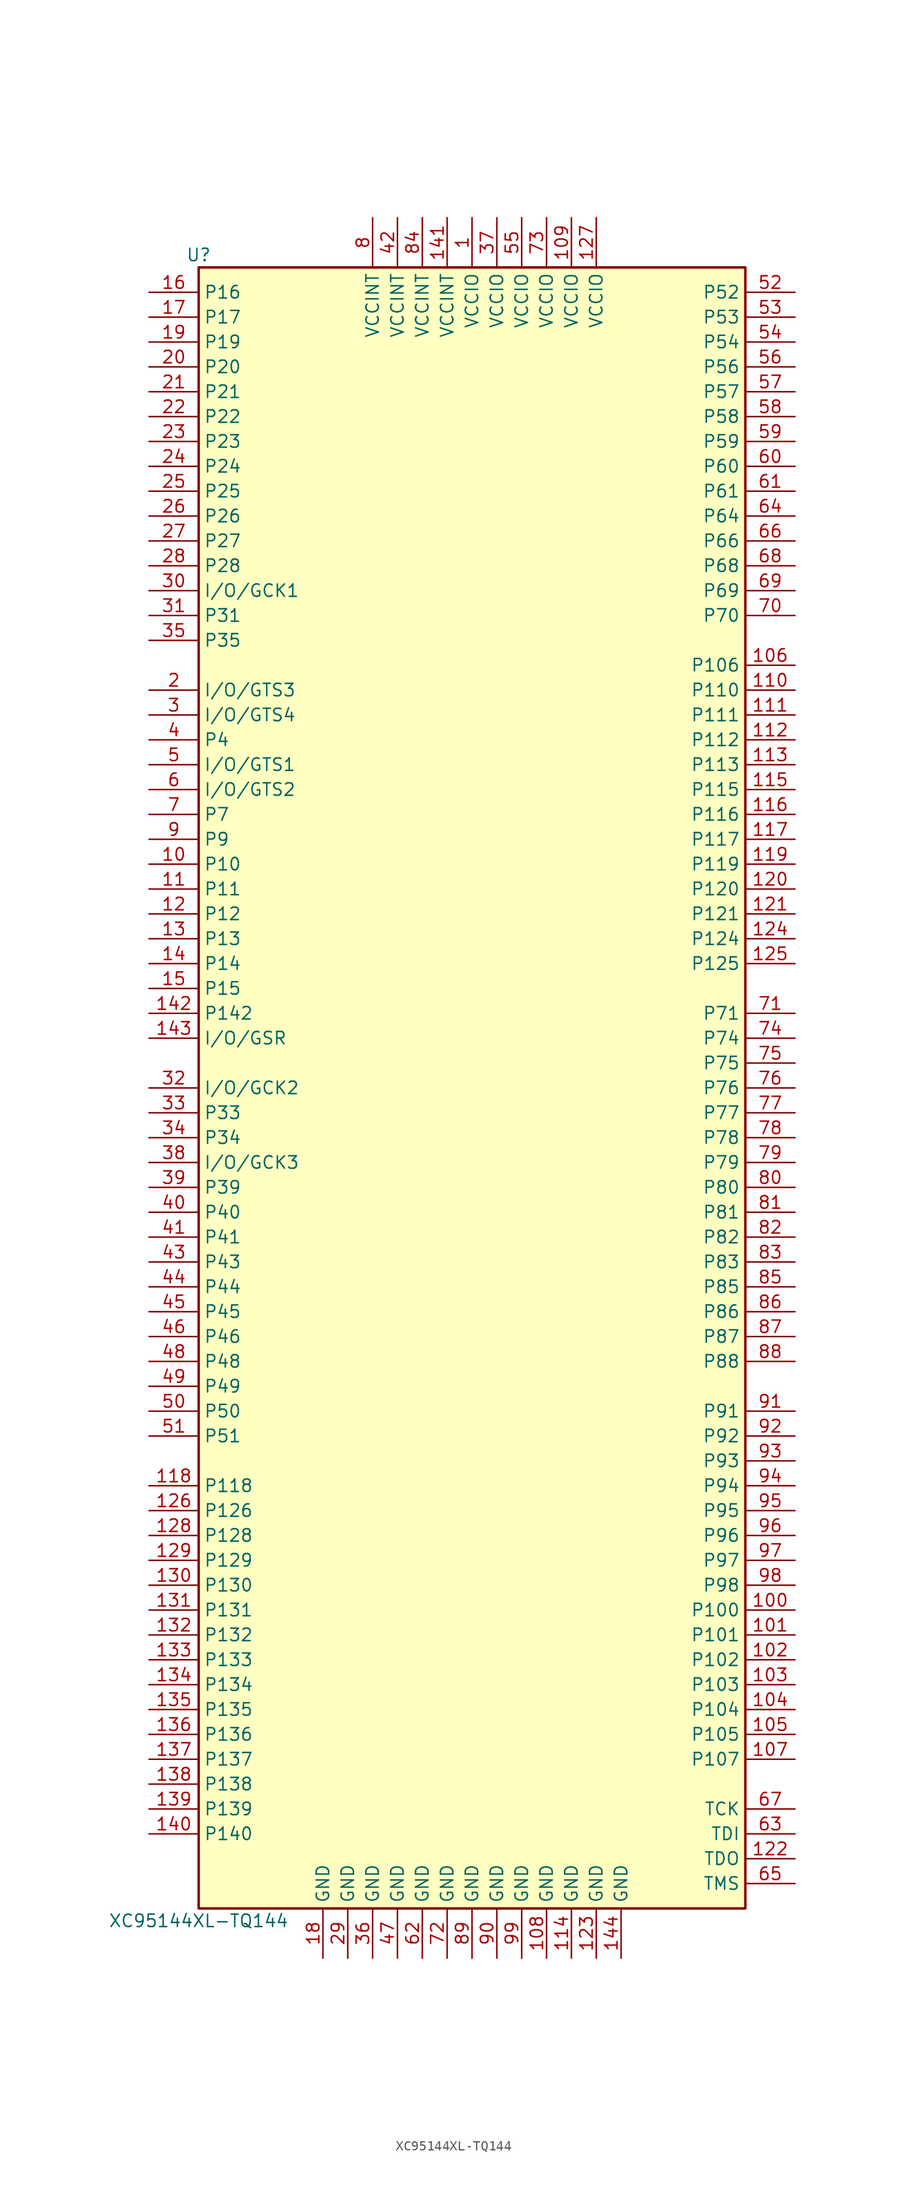
<source format=kicad_sym>
(kicad_symbol_lib
  (version 20201005)
  (generator kicad_symbol_editor)
  (symbol "XC95144XL-TQ144"
    (property "Reference" "U"
      (at -27.94 85.09 0)
      (effects (font (size 1.27 1.27))))
    (property "Value" "XC95144XL-TQ144"
      (at -27.94 -85.09 0)
      (effects (font (size 1.27 1.27))))
    (symbol "XC95144XL-TQ144_1_1"
      (rectangle (start -27.94 83.82) (end 27.94 -83.82) (stroke (width 0.254)) (fill (type background)))
      (pin power_in line (at 0 88.9 270) (length 5.08) (name "VCCIO" (effects (font (size 1.27 1.27)))) (number "1" (effects (font (size 1.27 1.27)))))
      (pin bidirectional line (at -33.02 22.86 0) (length 5.08) (name "P10" (effects (font (size 1.27 1.27)))) (number "10" (effects (font (size 1.27 1.27)))))
      (pin bidirectional line (at 33.02 -53.34 180) (length 5.08) (name "P100" (effects (font (size 1.27 1.27)))) (number "100" (effects (font (size 1.27 1.27)))))
      (pin bidirectional line (at 33.02 -55.88 180) (length 5.08) (name "P101" (effects (font (size 1.27 1.27)))) (number "101" (effects (font (size 1.27 1.27)))))
      (pin bidirectional line (at 33.02 -58.42 180) (length 5.08) (name "P102" (effects (font (size 1.27 1.27)))) (number "102" (effects (font (size 1.27 1.27)))))
      (pin bidirectional line (at 33.02 -60.96 180) (length 5.08) (name "P103" (effects (font (size 1.27 1.27)))) (number "103" (effects (font (size 1.27 1.27)))))
      (pin bidirectional line (at 33.02 -63.5 180) (length 5.08) (name "P104" (effects (font (size 1.27 1.27)))) (number "104" (effects (font (size 1.27 1.27)))))
      (pin bidirectional line (at 33.02 -66.04 180) (length 5.08) (name "P105" (effects (font (size 1.27 1.27)))) (number "105" (effects (font (size 1.27 1.27)))))
      (pin bidirectional line (at 33.02 43.18 180) (length 5.08) (name "P106" (effects (font (size 1.27 1.27)))) (number "106" (effects (font (size 1.27 1.27)))))
      (pin bidirectional line (at 33.02 -68.58 180) (length 5.08) (name "P107" (effects (font (size 1.27 1.27)))) (number "107" (effects (font (size 1.27 1.27)))))
      (pin power_in line (at 7.62 -88.9 90) (length 5.08) (name "GND" (effects (font (size 1.27 1.27)))) (number "108" (effects (font (size 1.27 1.27)))))
      (pin power_in line (at 10.16 88.9 270) (length 5.08) (name "VCCIO" (effects (font (size 1.27 1.27)))) (number "109" (effects (font (size 1.27 1.27)))))
      (pin bidirectional line (at -33.02 20.32 0) (length 5.08) (name "P11" (effects (font (size 1.27 1.27)))) (number "11" (effects (font (size 1.27 1.27)))))
      (pin bidirectional line (at 33.02 40.64 180) (length 5.08) (name "P110" (effects (font (size 1.27 1.27)))) (number "110" (effects (font (size 1.27 1.27)))))
      (pin bidirectional line (at 33.02 38.1 180) (length 5.08) (name "P111" (effects (font (size 1.27 1.27)))) (number "111" (effects (font (size 1.27 1.27)))))
      (pin bidirectional line (at 33.02 35.56 180) (length 5.08) (name "P112" (effects (font (size 1.27 1.27)))) (number "112" (effects (font (size 1.27 1.27)))))
      (pin bidirectional line (at 33.02 33.02 180) (length 5.08) (name "P113" (effects (font (size 1.27 1.27)))) (number "113" (effects (font (size 1.27 1.27)))))
      (pin power_in line (at 10.16 -88.9 90) (length 5.08) (name "GND" (effects (font (size 1.27 1.27)))) (number "114" (effects (font (size 1.27 1.27)))))
      (pin bidirectional line (at 33.02 30.48 180) (length 5.08) (name "P115" (effects (font (size 1.27 1.27)))) (number "115" (effects (font (size 1.27 1.27)))))
      (pin bidirectional line (at 33.02 27.94 180) (length 5.08) (name "P116" (effects (font (size 1.27 1.27)))) (number "116" (effects (font (size 1.27 1.27)))))
      (pin bidirectional line (at 33.02 25.4 180) (length 5.08) (name "P117" (effects (font (size 1.27 1.27)))) (number "117" (effects (font (size 1.27 1.27)))))
      (pin bidirectional line (at -33.02 -40.64 0) (length 5.08) (name "P118" (effects (font (size 1.27 1.27)))) (number "118" (effects (font (size 1.27 1.27)))))
      (pin bidirectional line (at 33.02 22.86 180) (length 5.08) (name "P119" (effects (font (size 1.27 1.27)))) (number "119" (effects (font (size 1.27 1.27)))))
      (pin bidirectional line (at -33.02 17.78 0) (length 5.08) (name "P12" (effects (font (size 1.27 1.27)))) (number "12" (effects (font (size 1.27 1.27)))))
      (pin bidirectional line (at 33.02 20.32 180) (length 5.08) (name "P120" (effects (font (size 1.27 1.27)))) (number "120" (effects (font (size 1.27 1.27)))))
      (pin bidirectional line (at 33.02 17.78 180) (length 5.08) (name "P121" (effects (font (size 1.27 1.27)))) (number "121" (effects (font (size 1.27 1.27)))))
      (pin bidirectional line (at 33.02 -78.74 180) (length 5.08) (name "TDO" (effects (font (size 1.27 1.27)))) (number "122" (effects (font (size 1.27 1.27)))))
      (pin power_in line (at 12.7 -88.9 90) (length 5.08) (name "GND" (effects (font (size 1.27 1.27)))) (number "123" (effects (font (size 1.27 1.27)))))
      (pin bidirectional line (at 33.02 15.24 180) (length 5.08) (name "P124" (effects (font (size 1.27 1.27)))) (number "124" (effects (font (size 1.27 1.27)))))
      (pin bidirectional line (at 33.02 12.7 180) (length 5.08) (name "P125" (effects (font (size 1.27 1.27)))) (number "125" (effects (font (size 1.27 1.27)))))
      (pin bidirectional line (at -33.02 -43.18 0) (length 5.08) (name "P126" (effects (font (size 1.27 1.27)))) (number "126" (effects (font (size 1.27 1.27)))))
      (pin power_in line (at 12.7 88.9 270) (length 5.08) (name "VCCIO" (effects (font (size 1.27 1.27)))) (number "127" (effects (font (size 1.27 1.27)))))
      (pin bidirectional line (at -33.02 -45.72 0) (length 5.08) (name "P128" (effects (font (size 1.27 1.27)))) (number "128" (effects (font (size 1.27 1.27)))))
      (pin bidirectional line (at -33.02 -48.26 0) (length 5.08) (name "P129" (effects (font (size 1.27 1.27)))) (number "129" (effects (font (size 1.27 1.27)))))
      (pin bidirectional line (at -33.02 15.24 0) (length 5.08) (name "P13" (effects (font (size 1.27 1.27)))) (number "13" (effects (font (size 1.27 1.27)))))
      (pin bidirectional line (at -33.02 -50.8 0) (length 5.08) (name "P130" (effects (font (size 1.27 1.27)))) (number "130" (effects (font (size 1.27 1.27)))))
      (pin bidirectional line (at -33.02 -53.34 0) (length 5.08) (name "P131" (effects (font (size 1.27 1.27)))) (number "131" (effects (font (size 1.27 1.27)))))
      (pin bidirectional line (at -33.02 -55.88 0) (length 5.08) (name "P132" (effects (font (size 1.27 1.27)))) (number "132" (effects (font (size 1.27 1.27)))))
      (pin bidirectional line (at -33.02 -58.42 0) (length 5.08) (name "P133" (effects (font (size 1.27 1.27)))) (number "133" (effects (font (size 1.27 1.27)))))
      (pin bidirectional line (at -33.02 -60.96 0) (length 5.08) (name "P134" (effects (font (size 1.27 1.27)))) (number "134" (effects (font (size 1.27 1.27)))))
      (pin bidirectional line (at -33.02 -63.5 0) (length 5.08) (name "P135" (effects (font (size 1.27 1.27)))) (number "135" (effects (font (size 1.27 1.27)))))
      (pin bidirectional line (at -33.02 -66.04 0) (length 5.08) (name "P136" (effects (font (size 1.27 1.27)))) (number "136" (effects (font (size 1.27 1.27)))))
      (pin bidirectional line (at -33.02 -68.58 0) (length 5.08) (name "P137" (effects (font (size 1.27 1.27)))) (number "137" (effects (font (size 1.27 1.27)))))
      (pin bidirectional line (at -33.02 -71.12 0) (length 5.08) (name "P138" (effects (font (size 1.27 1.27)))) (number "138" (effects (font (size 1.27 1.27)))))
      (pin bidirectional line (at -33.02 -73.66 0) (length 5.08) (name "P139" (effects (font (size 1.27 1.27)))) (number "139" (effects (font (size 1.27 1.27)))))
      (pin bidirectional line (at -33.02 12.7 0) (length 5.08) (name "P14" (effects (font (size 1.27 1.27)))) (number "14" (effects (font (size 1.27 1.27)))))
      (pin bidirectional line (at -33.02 -76.2 0) (length 5.08) (name "P140" (effects (font (size 1.27 1.27)))) (number "140" (effects (font (size 1.27 1.27)))))
      (pin power_in line (at -2.54 88.9 270) (length 5.08) (name "VCCINT" (effects (font (size 1.27 1.27)))) (number "141" (effects (font (size 1.27 1.27)))))
      (pin bidirectional line (at -33.02 7.62 0) (length 5.08) (name "P142" (effects (font (size 1.27 1.27)))) (number "142" (effects (font (size 1.27 1.27)))))
      (pin bidirectional line (at -33.02 5.08 0) (length 5.08) (name "I/O/GSR" (effects (font (size 1.27 1.27)))) (number "143" (effects (font (size 1.27 1.27)))))
      (pin power_in line (at 15.24 -88.9 90) (length 5.08) (name "GND" (effects (font (size 1.27 1.27)))) (number "144" (effects (font (size 1.27 1.27)))))
      (pin bidirectional line (at -33.02 10.16 0) (length 5.08) (name "P15" (effects (font (size 1.27 1.27)))) (number "15" (effects (font (size 1.27 1.27)))))
      (pin bidirectional line (at -33.02 81.28 0) (length 5.08) (name "P16" (effects (font (size 1.27 1.27)))) (number "16" (effects (font (size 1.27 1.27)))))
      (pin bidirectional line (at -33.02 78.74 0) (length 5.08) (name "P17" (effects (font (size 1.27 1.27)))) (number "17" (effects (font (size 1.27 1.27)))))
      (pin power_in line (at -15.24 -88.9 90) (length 5.08) (name "GND" (effects (font (size 1.27 1.27)))) (number "18" (effects (font (size 1.27 1.27)))))
      (pin bidirectional line (at -33.02 76.2 0) (length 5.08) (name "P19" (effects (font (size 1.27 1.27)))) (number "19" (effects (font (size 1.27 1.27)))))
      (pin bidirectional line (at -33.02 40.64 0) (length 5.08) (name "I/O/GTS3" (effects (font (size 1.27 1.27)))) (number "2" (effects (font (size 1.27 1.27)))))
      (pin bidirectional line (at -33.02 73.66 0) (length 5.08) (name "P20" (effects (font (size 1.27 1.27)))) (number "20" (effects (font (size 1.27 1.27)))))
      (pin bidirectional line (at -33.02 71.12 0) (length 5.08) (name "P21" (effects (font (size 1.27 1.27)))) (number "21" (effects (font (size 1.27 1.27)))))
      (pin bidirectional line (at -33.02 68.58 0) (length 5.08) (name "P22" (effects (font (size 1.27 1.27)))) (number "22" (effects (font (size 1.27 1.27)))))
      (pin bidirectional line (at -33.02 66.04 0) (length 5.08) (name "P23" (effects (font (size 1.27 1.27)))) (number "23" (effects (font (size 1.27 1.27)))))
      (pin bidirectional line (at -33.02 63.5 0) (length 5.08) (name "P24" (effects (font (size 1.27 1.27)))) (number "24" (effects (font (size 1.27 1.27)))))
      (pin bidirectional line (at -33.02 60.96 0) (length 5.08) (name "P25" (effects (font (size 1.27 1.27)))) (number "25" (effects (font (size 1.27 1.27)))))
      (pin bidirectional line (at -33.02 58.42 0) (length 5.08) (name "P26" (effects (font (size 1.27 1.27)))) (number "26" (effects (font (size 1.27 1.27)))))
      (pin bidirectional line (at -33.02 55.88 0) (length 5.08) (name "P27" (effects (font (size 1.27 1.27)))) (number "27" (effects (font (size 1.27 1.27)))))
      (pin bidirectional line (at -33.02 53.34 0) (length 5.08) (name "P28" (effects (font (size 1.27 1.27)))) (number "28" (effects (font (size 1.27 1.27)))))
      (pin power_in line (at -12.7 -88.9 90) (length 5.08) (name "GND" (effects (font (size 1.27 1.27)))) (number "29" (effects (font (size 1.27 1.27)))))
      (pin bidirectional line (at -33.02 38.1 0) (length 5.08) (name "I/O/GTS4" (effects (font (size 1.27 1.27)))) (number "3" (effects (font (size 1.27 1.27)))))
      (pin bidirectional line (at -33.02 50.8 0) (length 5.08) (name "I/O/GCK1" (effects (font (size 1.27 1.27)))) (number "30" (effects (font (size 1.27 1.27)))))
      (pin bidirectional line (at -33.02 48.26 0) (length 5.08) (name "P31" (effects (font (size 1.27 1.27)))) (number "31" (effects (font (size 1.27 1.27)))))
      (pin bidirectional line (at -33.02 0 0) (length 5.08) (name "I/O/GCK2" (effects (font (size 1.27 1.27)))) (number "32" (effects (font (size 1.27 1.27)))))
      (pin bidirectional line (at -33.02 -2.54 0) (length 5.08) (name "P33" (effects (font (size 1.27 1.27)))) (number "33" (effects (font (size 1.27 1.27)))))
      (pin bidirectional line (at -33.02 -5.08 0) (length 5.08) (name "P34" (effects (font (size 1.27 1.27)))) (number "34" (effects (font (size 1.27 1.27)))))
      (pin bidirectional line (at -33.02 45.72 0) (length 5.08) (name "P35" (effects (font (size 1.27 1.27)))) (number "35" (effects (font (size 1.27 1.27)))))
      (pin power_in line (at -10.16 -88.9 90) (length 5.08) (name "GND" (effects (font (size 1.27 1.27)))) (number "36" (effects (font (size 1.27 1.27)))))
      (pin power_in line (at 2.54 88.9 270) (length 5.08) (name "VCCIO" (effects (font (size 1.27 1.27)))) (number "37" (effects (font (size 1.27 1.27)))))
      (pin bidirectional line (at -33.02 -7.62 0) (length 5.08) (name "I/O/GCK3" (effects (font (size 1.27 1.27)))) (number "38" (effects (font (size 1.27 1.27)))))
      (pin bidirectional line (at -33.02 -10.16 0) (length 5.08) (name "P39" (effects (font (size 1.27 1.27)))) (number "39" (effects (font (size 1.27 1.27)))))
      (pin bidirectional line (at -33.02 35.56 0) (length 5.08) (name "P4" (effects (font (size 1.27 1.27)))) (number "4" (effects (font (size 1.27 1.27)))))
      (pin bidirectional line (at -33.02 -12.7 0) (length 5.08) (name "P40" (effects (font (size 1.27 1.27)))) (number "40" (effects (font (size 1.27 1.27)))))
      (pin bidirectional line (at -33.02 -15.24 0) (length 5.08) (name "P41" (effects (font (size 1.27 1.27)))) (number "41" (effects (font (size 1.27 1.27)))))
      (pin power_in line (at -7.62 88.9 270) (length 5.08) (name "VCCINT" (effects (font (size 1.27 1.27)))) (number "42" (effects (font (size 1.27 1.27)))))
      (pin bidirectional line (at -33.02 -17.78 0) (length 5.08) (name "P43" (effects (font (size 1.27 1.27)))) (number "43" (effects (font (size 1.27 1.27)))))
      (pin bidirectional line (at -33.02 -20.32 0) (length 5.08) (name "P44" (effects (font (size 1.27 1.27)))) (number "44" (effects (font (size 1.27 1.27)))))
      (pin bidirectional line (at -33.02 -22.86 0) (length 5.08) (name "P45" (effects (font (size 1.27 1.27)))) (number "45" (effects (font (size 1.27 1.27)))))
      (pin bidirectional line (at -33.02 -25.4 0) (length 5.08) (name "P46" (effects (font (size 1.27 1.27)))) (number "46" (effects (font (size 1.27 1.27)))))
      (pin power_in line (at -7.62 -88.9 90) (length 5.08) (name "GND" (effects (font (size 1.27 1.27)))) (number "47" (effects (font (size 1.27 1.27)))))
      (pin bidirectional line (at -33.02 -27.94 0) (length 5.08) (name "P48" (effects (font (size 1.27 1.27)))) (number "48" (effects (font (size 1.27 1.27)))))
      (pin bidirectional line (at -33.02 -30.48 0) (length 5.08) (name "P49" (effects (font (size 1.27 1.27)))) (number "49" (effects (font (size 1.27 1.27)))))
      (pin bidirectional line (at -33.02 33.02 0) (length 5.08) (name "I/O/GTS1" (effects (font (size 1.27 1.27)))) (number "5" (effects (font (size 1.27 1.27)))))
      (pin bidirectional line (at -33.02 -33.02 0) (length 5.08) (name "P50" (effects (font (size 1.27 1.27)))) (number "50" (effects (font (size 1.27 1.27)))))
      (pin bidirectional line (at -33.02 -35.56 0) (length 5.08) (name "P51" (effects (font (size 1.27 1.27)))) (number "51" (effects (font (size 1.27 1.27)))))
      (pin bidirectional line (at 33.02 81.28 180) (length 5.08) (name "P52" (effects (font (size 1.27 1.27)))) (number "52" (effects (font (size 1.27 1.27)))))
      (pin bidirectional line (at 33.02 78.74 180) (length 5.08) (name "P53" (effects (font (size 1.27 1.27)))) (number "53" (effects (font (size 1.27 1.27)))))
      (pin bidirectional line (at 33.02 76.2 180) (length 5.08) (name "P54" (effects (font (size 1.27 1.27)))) (number "54" (effects (font (size 1.27 1.27)))))
      (pin power_in line (at 5.08 88.9 270) (length 5.08) (name "VCCIO" (effects (font (size 1.27 1.27)))) (number "55" (effects (font (size 1.27 1.27)))))
      (pin bidirectional line (at 33.02 73.66 180) (length 5.08) (name "P56" (effects (font (size 1.27 1.27)))) (number "56" (effects (font (size 1.27 1.27)))))
      (pin bidirectional line (at 33.02 71.12 180) (length 5.08) (name "P57" (effects (font (size 1.27 1.27)))) (number "57" (effects (font (size 1.27 1.27)))))
      (pin bidirectional line (at 33.02 68.58 180) (length 5.08) (name "P58" (effects (font (size 1.27 1.27)))) (number "58" (effects (font (size 1.27 1.27)))))
      (pin bidirectional line (at 33.02 66.04 180) (length 5.08) (name "P59" (effects (font (size 1.27 1.27)))) (number "59" (effects (font (size 1.27 1.27)))))
      (pin bidirectional line (at -33.02 30.48 0) (length 5.08) (name "I/O/GTS2" (effects (font (size 1.27 1.27)))) (number "6" (effects (font (size 1.27 1.27)))))
      (pin bidirectional line (at 33.02 63.5 180) (length 5.08) (name "P60" (effects (font (size 1.27 1.27)))) (number "60" (effects (font (size 1.27 1.27)))))
      (pin bidirectional line (at 33.02 60.96 180) (length 5.08) (name "P61" (effects (font (size 1.27 1.27)))) (number "61" (effects (font (size 1.27 1.27)))))
      (pin power_in line (at -5.08 -88.9 90) (length 5.08) (name "GND" (effects (font (size 1.27 1.27)))) (number "62" (effects (font (size 1.27 1.27)))))
      (pin bidirectional line (at 33.02 -76.2 180) (length 5.08) (name "TDI" (effects (font (size 1.27 1.27)))) (number "63" (effects (font (size 1.27 1.27)))))
      (pin bidirectional line (at 33.02 58.42 180) (length 5.08) (name "P64" (effects (font (size 1.27 1.27)))) (number "64" (effects (font (size 1.27 1.27)))))
      (pin bidirectional line (at 33.02 -81.28 180) (length 5.08) (name "TMS" (effects (font (size 1.27 1.27)))) (number "65" (effects (font (size 1.27 1.27)))))
      (pin bidirectional line (at 33.02 55.88 180) (length 5.08) (name "P66" (effects (font (size 1.27 1.27)))) (number "66" (effects (font (size 1.27 1.27)))))
      (pin bidirectional line (at 33.02 -73.66 180) (length 5.08) (name "TCK" (effects (font (size 1.27 1.27)))) (number "67" (effects (font (size 1.27 1.27)))))
      (pin bidirectional line (at 33.02 53.34 180) (length 5.08) (name "P68" (effects (font (size 1.27 1.27)))) (number "68" (effects (font (size 1.27 1.27)))))
      (pin bidirectional line (at 33.02 50.8 180) (length 5.08) (name "P69" (effects (font (size 1.27 1.27)))) (number "69" (effects (font (size 1.27 1.27)))))
      (pin bidirectional line (at -33.02 27.94 0) (length 5.08) (name "P7" (effects (font (size 1.27 1.27)))) (number "7" (effects (font (size 1.27 1.27)))))
      (pin bidirectional line (at 33.02 48.26 180) (length 5.08) (name "P70" (effects (font (size 1.27 1.27)))) (number "70" (effects (font (size 1.27 1.27)))))
      (pin bidirectional line (at 33.02 7.62 180) (length 5.08) (name "P71" (effects (font (size 1.27 1.27)))) (number "71" (effects (font (size 1.27 1.27)))))
      (pin power_in line (at -2.54 -88.9 90) (length 5.08) (name "GND" (effects (font (size 1.27 1.27)))) (number "72" (effects (font (size 1.27 1.27)))))
      (pin power_in line (at 7.62 88.9 270) (length 5.08) (name "VCCIO" (effects (font (size 1.27 1.27)))) (number "73" (effects (font (size 1.27 1.27)))))
      (pin bidirectional line (at 33.02 5.08 180) (length 5.08) (name "P74" (effects (font (size 1.27 1.27)))) (number "74" (effects (font (size 1.27 1.27)))))
      (pin bidirectional line (at 33.02 2.54 180) (length 5.08) (name "P75" (effects (font (size 1.27 1.27)))) (number "75" (effects (font (size 1.27 1.27)))))
      (pin bidirectional line (at 33.02 0 180) (length 5.08) (name "P76" (effects (font (size 1.27 1.27)))) (number "76" (effects (font (size 1.27 1.27)))))
      (pin bidirectional line (at 33.02 -2.54 180) (length 5.08) (name "P77" (effects (font (size 1.27 1.27)))) (number "77" (effects (font (size 1.27 1.27)))))
      (pin bidirectional line (at 33.02 -5.08 180) (length 5.08) (name "P78" (effects (font (size 1.27 1.27)))) (number "78" (effects (font (size 1.27 1.27)))))
      (pin bidirectional line (at 33.02 -7.62 180) (length 5.08) (name "P79" (effects (font (size 1.27 1.27)))) (number "79" (effects (font (size 1.27 1.27)))))
      (pin power_in line (at -10.16 88.9 270) (length 5.08) (name "VCCINT" (effects (font (size 1.27 1.27)))) (number "8" (effects (font (size 1.27 1.27)))))
      (pin bidirectional line (at 33.02 -10.16 180) (length 5.08) (name "P80" (effects (font (size 1.27 1.27)))) (number "80" (effects (font (size 1.27 1.27)))))
      (pin bidirectional line (at 33.02 -12.7 180) (length 5.08) (name "P81" (effects (font (size 1.27 1.27)))) (number "81" (effects (font (size 1.27 1.27)))))
      (pin bidirectional line (at 33.02 -15.24 180) (length 5.08) (name "P82" (effects (font (size 1.27 1.27)))) (number "82" (effects (font (size 1.27 1.27)))))
      (pin bidirectional line (at 33.02 -17.78 180) (length 5.08) (name "P83" (effects (font (size 1.27 1.27)))) (number "83" (effects (font (size 1.27 1.27)))))
      (pin power_in line (at -5.08 88.9 270) (length 5.08) (name "VCCINT" (effects (font (size 1.27 1.27)))) (number "84" (effects (font (size 1.27 1.27)))))
      (pin bidirectional line (at 33.02 -20.32 180) (length 5.08) (name "P85" (effects (font (size 1.27 1.27)))) (number "85" (effects (font (size 1.27 1.27)))))
      (pin bidirectional line (at 33.02 -22.86 180) (length 5.08) (name "P86" (effects (font (size 1.27 1.27)))) (number "86" (effects (font (size 1.27 1.27)))))
      (pin bidirectional line (at 33.02 -25.4 180) (length 5.08) (name "P87" (effects (font (size 1.27 1.27)))) (number "87" (effects (font (size 1.27 1.27)))))
      (pin bidirectional line (at 33.02 -27.94 180) (length 5.08) (name "P88" (effects (font (size 1.27 1.27)))) (number "88" (effects (font (size 1.27 1.27)))))
      (pin power_in line (at 0 -88.9 90) (length 5.08) (name "GND" (effects (font (size 1.27 1.27)))) (number "89" (effects (font (size 1.27 1.27)))))
      (pin bidirectional line (at -33.02 25.4 0) (length 5.08) (name "P9" (effects (font (size 1.27 1.27)))) (number "9" (effects (font (size 1.27 1.27)))))
      (pin power_in line (at 2.54 -88.9 90) (length 5.08) (name "GND" (effects (font (size 1.27 1.27)))) (number "90" (effects (font (size 1.27 1.27)))))
      (pin bidirectional line (at 33.02 -33.02 180) (length 5.08) (name "P91" (effects (font (size 1.27 1.27)))) (number "91" (effects (font (size 1.27 1.27)))))
      (pin bidirectional line (at 33.02 -35.56 180) (length 5.08) (name "P92" (effects (font (size 1.27 1.27)))) (number "92" (effects (font (size 1.27 1.27)))))
      (pin bidirectional line (at 33.02 -38.1 180) (length 5.08) (name "P93" (effects (font (size 1.27 1.27)))) (number "93" (effects (font (size 1.27 1.27)))))
      (pin bidirectional line (at 33.02 -40.64 180) (length 5.08) (name "P94" (effects (font (size 1.27 1.27)))) (number "94" (effects (font (size 1.27 1.27)))))
      (pin bidirectional line (at 33.02 -43.18 180) (length 5.08) (name "P95" (effects (font (size 1.27 1.27)))) (number "95" (effects (font (size 1.27 1.27)))))
      (pin bidirectional line (at 33.02 -45.72 180) (length 5.08) (name "P96" (effects (font (size 1.27 1.27)))) (number "96" (effects (font (size 1.27 1.27)))))
      (pin bidirectional line (at 33.02 -48.26 180) (length 5.08) (name "P97" (effects (font (size 1.27 1.27)))) (number "97" (effects (font (size 1.27 1.27)))))
      (pin bidirectional line (at 33.02 -50.8 180) (length 5.08) (name "P98" (effects (font (size 1.27 1.27)))) (number "98" (effects (font (size 1.27 1.27)))))
      (pin power_in line (at 5.08 -88.9 90) (length 5.08) (name "GND" (effects (font (size 1.27 1.27)))) (number "99" (effects (font (size 1.27 1.27))))))))
</source>
